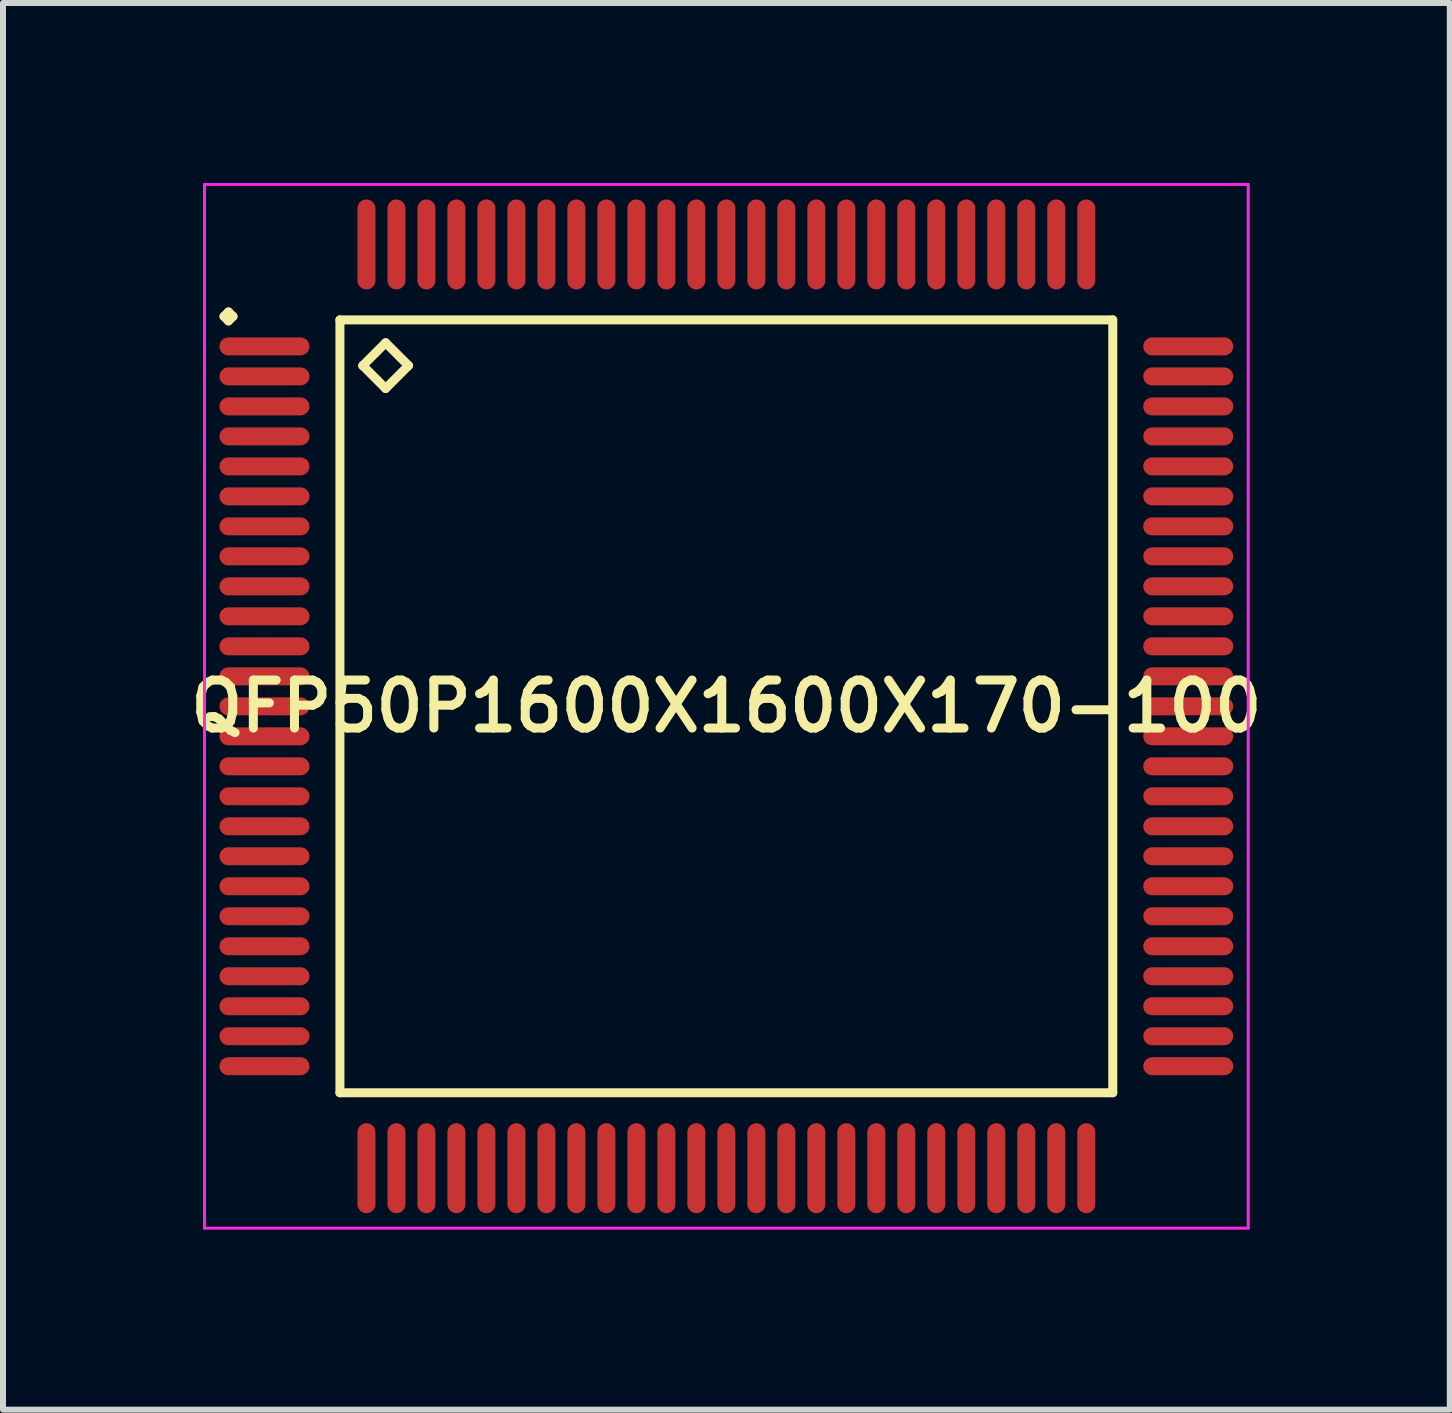
<source format=kicad_pcb>
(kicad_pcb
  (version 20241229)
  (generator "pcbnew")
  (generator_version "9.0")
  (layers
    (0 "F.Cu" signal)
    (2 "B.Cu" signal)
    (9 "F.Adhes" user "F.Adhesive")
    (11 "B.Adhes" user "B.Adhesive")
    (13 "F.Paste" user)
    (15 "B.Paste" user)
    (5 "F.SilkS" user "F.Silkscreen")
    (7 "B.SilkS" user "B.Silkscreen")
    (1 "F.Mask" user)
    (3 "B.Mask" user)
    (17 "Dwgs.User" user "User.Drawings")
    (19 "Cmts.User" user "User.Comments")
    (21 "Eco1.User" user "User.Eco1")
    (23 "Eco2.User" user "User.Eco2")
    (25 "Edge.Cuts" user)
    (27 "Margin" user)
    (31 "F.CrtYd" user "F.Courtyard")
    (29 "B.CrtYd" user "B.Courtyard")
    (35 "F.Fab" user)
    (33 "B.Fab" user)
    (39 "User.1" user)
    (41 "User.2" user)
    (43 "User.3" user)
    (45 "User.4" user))
  (footprint "QFP50P1600X1600X170-100"
    (layer "F.Cu")
    (at 9.059 8.725)
    (property "Reference" "QFP50P1600X1600X170-100" (at 0 0 0) (layer "F.SilkS") (effects (font (size 0.8 0.8) (thickness 0.15))))
    (attr smd)
    (fp_line (start -8.375 -6.5) (end -8.3 -6.575) (stroke (width 0.15) (type solid)) (layer "F.SilkS"))
    (fp_line (start -8.3 -6.575) (end -8.225 -6.5) (stroke (width 0.15) (type solid)) (layer "F.SilkS"))
    (fp_line (start -8.3 -6.425) (end -8.375 -6.5) (stroke (width 0.15) (type solid)) (layer "F.SilkS"))
    (fp_line (start -8.225 -6.5) (end -8.3 -6.425) (stroke (width 0.15) (type solid)) (layer "F.SilkS"))
    (fp_line (start -6.442 -6.442) (end -6.442 6.442) (stroke (width 0.15) (type solid)) (layer "F.SilkS"))
    (fp_line (start -6.442 6.442) (end 6.442 6.442) (stroke (width 0.15) (type solid)) (layer "F.SilkS"))
    (fp_line (start -6.061 -5.68) (end -5.68 -6.061) (stroke (width 0.15) (type solid)) (layer "F.SilkS"))
    (fp_line (start -5.68 -6.061) (end -5.299 -5.68) (stroke (width 0.15) (type solid)) (layer "F.SilkS"))
    (fp_line (start -5.68 -5.299) (end -6.061 -5.68) (stroke (width 0.15) (type solid)) (layer "F.SilkS"))
    (fp_line (start -5.299 -5.68) (end -5.68 -5.299) (stroke (width 0.15) (type solid)) (layer "F.SilkS"))
    (fp_line (start 6.442 -6.442) (end -6.442 -6.442) (stroke (width 0.15) (type solid)) (layer "F.SilkS"))
    (fp_line (start 6.442 6.442) (end 6.442 -6.442) (stroke (width 0.15) (type solid)) (layer "F.SilkS"))
    (fp_line (start -8.7 -8.7) (end 8.7 -8.7) (stroke (width 0.05) (type solid)) (layer "F.CrtYd"))
    (fp_line (start -8.7 8.7) (end -8.7 -8.7) (stroke (width 0.05) (type solid)) (layer "F.CrtYd"))
    (fp_line (start 8.7 -8.7) (end 8.7 8.7) (stroke (width 0.05) (type solid)) (layer "F.CrtYd"))
    (fp_line (start 8.7 8.7) (end -8.7 8.7) (stroke (width 0.05) (type solid)) (layer "F.CrtYd"))
    (pad "1" smd oval (at -7.7 -6) (size 1.5 0.3) (layers "F.Cu" "F.Mask" "F.Paste"))
    (pad "2" smd oval (at -7.7 -5.5) (size 1.5 0.3) (layers "F.Cu" "F.Mask" "F.Paste"))
    (pad "3" smd oval (at -7.7 -5) (size 1.5 0.3) (layers "F.Cu" "F.Mask" "F.Paste"))
    (pad "4" smd oval (at -7.7 -4.5) (size 1.5 0.3) (layers "F.Cu" "F.Mask" "F.Paste"))
    (pad "5" smd oval (at -7.7 -4) (size 1.5 0.3) (layers "F.Cu" "F.Mask" "F.Paste"))
    (pad "6" smd oval (at -7.7 -3.5) (size 1.5 0.3) (layers "F.Cu" "F.Mask" "F.Paste"))
    (pad "7" smd oval (at -7.7 -3) (size 1.5 0.3) (layers "F.Cu" "F.Mask" "F.Paste"))
    (pad "8" smd oval (at -7.7 -2.5) (size 1.5 0.3) (layers "F.Cu" "F.Mask" "F.Paste"))
    (pad "9" smd oval (at -7.7 -2) (size 1.5 0.3) (layers "F.Cu" "F.Mask" "F.Paste"))
    (pad "10" smd oval (at -7.7 -1.5) (size 1.5 0.3) (layers "F.Cu" "F.Mask" "F.Paste"))
    (pad "11" smd oval (at -7.7 -1) (size 1.5 0.3) (layers "F.Cu" "F.Mask" "F.Paste"))
    (pad "12" smd oval (at -7.7 -0.5) (size 1.5 0.3) (layers "F.Cu" "F.Mask" "F.Paste"))
    (pad "13" smd oval (at -7.7 0) (size 1.5 0.3) (layers "F.Cu" "F.Mask" "F.Paste"))
    (pad "14" smd oval (at -7.7 0.5) (size 1.5 0.3) (layers "F.Cu" "F.Mask" "F.Paste"))
    (pad "15" smd oval (at -7.7 1) (size 1.5 0.3) (layers "F.Cu" "F.Mask" "F.Paste"))
    (pad "16" smd oval (at -7.7 1.5) (size 1.5 0.3) (layers "F.Cu" "F.Mask" "F.Paste"))
    (pad "17" smd oval (at -7.7 2) (size 1.5 0.3) (layers "F.Cu" "F.Mask" "F.Paste"))
    (pad "18" smd oval (at -7.7 2.5) (size 1.5 0.3) (layers "F.Cu" "F.Mask" "F.Paste"))
    (pad "19" smd oval (at -7.7 3) (size 1.5 0.3) (layers "F.Cu" "F.Mask" "F.Paste"))
    (pad "20" smd oval (at -7.7 3.5) (size 1.5 0.3) (layers "F.Cu" "F.Mask" "F.Paste"))
    (pad "21" smd oval (at -7.7 4) (size 1.5 0.3) (layers "F.Cu" "F.Mask" "F.Paste"))
    (pad "22" smd oval (at -7.7 4.5) (size 1.5 0.3) (layers "F.Cu" "F.Mask" "F.Paste"))
    (pad "23" smd oval (at -7.7 5) (size 1.5 0.3) (layers "F.Cu" "F.Mask" "F.Paste"))
    (pad "24" smd oval (at -7.7 5.5) (size 1.5 0.3) (layers "F.Cu" "F.Mask" "F.Paste"))
    (pad "25" smd oval (at -7.7 6) (size 1.5 0.3) (layers "F.Cu" "F.Mask" "F.Paste"))
    (pad "26" smd oval (at -6 7.7) (size 0.3 1.5) (layers "F.Cu" "F.Mask" "F.Paste"))
    (pad "27" smd oval (at -5.5 7.7) (size 0.3 1.5) (layers "F.Cu" "F.Mask" "F.Paste"))
    (pad "28" smd oval (at -5 7.7) (size 0.3 1.5) (layers "F.Cu" "F.Mask" "F.Paste"))
    (pad "29" smd oval (at -4.5 7.7) (size 0.3 1.5) (layers "F.Cu" "F.Mask" "F.Paste"))
    (pad "30" smd oval (at -4 7.7) (size 0.3 1.5) (layers "F.Cu" "F.Mask" "F.Paste"))
    (pad "31" smd oval (at -3.5 7.7) (size 0.3 1.5) (layers "F.Cu" "F.Mask" "F.Paste"))
    (pad "32" smd oval (at -3 7.7) (size 0.3 1.5) (layers "F.Cu" "F.Mask" "F.Paste"))
    (pad "33" smd oval (at -2.5 7.7) (size 0.3 1.5) (layers "F.Cu" "F.Mask" "F.Paste"))
    (pad "34" smd oval (at -2 7.7) (size 0.3 1.5) (layers "F.Cu" "F.Mask" "F.Paste"))
    (pad "35" smd oval (at -1.5 7.7) (size 0.3 1.5) (layers "F.Cu" "F.Mask" "F.Paste"))
    (pad "36" smd oval (at -1 7.7) (size 0.3 1.5) (layers "F.Cu" "F.Mask" "F.Paste"))
    (pad "37" smd oval (at -0.5 7.7) (size 0.3 1.5) (layers "F.Cu" "F.Mask" "F.Paste"))
    (pad "38" smd oval (at 0 7.7) (size 0.3 1.5) (layers "F.Cu" "F.Mask" "F.Paste"))
    (pad "39" smd oval (at 0.5 7.7) (size 0.3 1.5) (layers "F.Cu" "F.Mask" "F.Paste"))
    (pad "40" smd oval (at 1 7.7) (size 0.3 1.5) (layers "F.Cu" "F.Mask" "F.Paste"))
    (pad "41" smd oval (at 1.5 7.7) (size 0.3 1.5) (layers "F.Cu" "F.Mask" "F.Paste"))
    (pad "42" smd oval (at 2 7.7) (size 0.3 1.5) (layers "F.Cu" "F.Mask" "F.Paste"))
    (pad "43" smd oval (at 2.5 7.7) (size 0.3 1.5) (layers "F.Cu" "F.Mask" "F.Paste"))
    (pad "44" smd oval (at 3 7.7) (size 0.3 1.5) (layers "F.Cu" "F.Mask" "F.Paste"))
    (pad "45" smd oval (at 3.5 7.7) (size 0.3 1.5) (layers "F.Cu" "F.Mask" "F.Paste"))
    (pad "46" smd oval (at 4 7.7) (size 0.3 1.5) (layers "F.Cu" "F.Mask" "F.Paste"))
    (pad "47" smd oval (at 4.5 7.7) (size 0.3 1.5) (layers "F.Cu" "F.Mask" "F.Paste"))
    (pad "48" smd oval (at 5 7.7) (size 0.3 1.5) (layers "F.Cu" "F.Mask" "F.Paste"))
    (pad "49" smd oval (at 5.5 7.7) (size 0.3 1.5) (layers "F.Cu" "F.Mask" "F.Paste"))
    (pad "50" smd oval (at 6 7.7) (size 0.3 1.5) (layers "F.Cu" "F.Mask" "F.Paste"))
    (pad "51" smd oval (at 7.7 6) (size 1.5 0.3) (layers "F.Cu" "F.Mask" "F.Paste"))
    (pad "52" smd oval (at 7.7 5.5) (size 1.5 0.3) (layers "F.Cu" "F.Mask" "F.Paste"))
    (pad "53" smd oval (at 7.7 5) (size 1.5 0.3) (layers "F.Cu" "F.Mask" "F.Paste"))
    (pad "54" smd oval (at 7.7 4.5) (size 1.5 0.3) (layers "F.Cu" "F.Mask" "F.Paste"))
    (pad "55" smd oval (at 7.7 4) (size 1.5 0.3) (layers "F.Cu" "F.Mask" "F.Paste"))
    (pad "56" smd oval (at 7.7 3.5) (size 1.5 0.3) (layers "F.Cu" "F.Mask" "F.Paste"))
    (pad "57" smd oval (at 7.7 3) (size 1.5 0.3) (layers "F.Cu" "F.Mask" "F.Paste"))
    (pad "58" smd oval (at 7.7 2.5) (size 1.5 0.3) (layers "F.Cu" "F.Mask" "F.Paste"))
    (pad "59" smd oval (at 7.7 2) (size 1.5 0.3) (layers "F.Cu" "F.Mask" "F.Paste"))
    (pad "60" smd oval (at 7.7 1.5) (size 1.5 0.3) (layers "F.Cu" "F.Mask" "F.Paste"))
    (pad "61" smd oval (at 7.7 1) (size 1.5 0.3) (layers "F.Cu" "F.Mask" "F.Paste"))
    (pad "62" smd oval (at 7.7 0.5) (size 1.5 0.3) (layers "F.Cu" "F.Mask" "F.Paste"))
    (pad "63" smd oval (at 7.7 0) (size 1.5 0.3) (layers "F.Cu" "F.Mask" "F.Paste"))
    (pad "64" smd oval (at 7.7 -0.5) (size 1.5 0.3) (layers "F.Cu" "F.Mask" "F.Paste"))
    (pad "65" smd oval (at 7.7 -1) (size 1.5 0.3) (layers "F.Cu" "F.Mask" "F.Paste"))
    (pad "66" smd oval (at 7.7 -1.5) (size 1.5 0.3) (layers "F.Cu" "F.Mask" "F.Paste"))
    (pad "67" smd oval (at 7.7 -2) (size 1.5 0.3) (layers "F.Cu" "F.Mask" "F.Paste"))
    (pad "68" smd oval (at 7.7 -2.5) (size 1.5 0.3) (layers "F.Cu" "F.Mask" "F.Paste"))
    (pad "69" smd oval (at 7.7 -3) (size 1.5 0.3) (layers "F.Cu" "F.Mask" "F.Paste"))
    (pad "70" smd oval (at 7.7 -3.5) (size 1.5 0.3) (layers "F.Cu" "F.Mask" "F.Paste"))
    (pad "71" smd oval (at 7.7 -4) (size 1.5 0.3) (layers "F.Cu" "F.Mask" "F.Paste"))
    (pad "72" smd oval (at 7.7 -4.5) (size 1.5 0.3) (layers "F.Cu" "F.Mask" "F.Paste"))
    (pad "73" smd oval (at 7.7 -5) (size 1.5 0.3) (layers "F.Cu" "F.Mask" "F.Paste"))
    (pad "74" smd oval (at 7.7 -5.5) (size 1.5 0.3) (layers "F.Cu" "F.Mask" "F.Paste"))
    (pad "75" smd oval (at 7.7 -6) (size 1.5 0.3) (layers "F.Cu" "F.Mask" "F.Paste"))
    (pad "76" smd oval (at 6 -7.7) (size 0.3 1.5) (layers "F.Cu" "F.Mask" "F.Paste"))
    (pad "77" smd oval (at 5.5 -7.7) (size 0.3 1.5) (layers "F.Cu" "F.Mask" "F.Paste"))
    (pad "78" smd oval (at 5 -7.7) (size 0.3 1.5) (layers "F.Cu" "F.Mask" "F.Paste"))
    (pad "79" smd oval (at 4.5 -7.7) (size 0.3 1.5) (layers "F.Cu" "F.Mask" "F.Paste"))
    (pad "80" smd oval (at 4 -7.7) (size 0.3 1.5) (layers "F.Cu" "F.Mask" "F.Paste"))
    (pad "81" smd oval (at 3.5 -7.7) (size 0.3 1.5) (layers "F.Cu" "F.Mask" "F.Paste"))
    (pad "82" smd oval (at 3 -7.7) (size 0.3 1.5) (layers "F.Cu" "F.Mask" "F.Paste"))
    (pad "83" smd oval (at 2.5 -7.7) (size 0.3 1.5) (layers "F.Cu" "F.Mask" "F.Paste"))
    (pad "84" smd oval (at 2 -7.7) (size 0.3 1.5) (layers "F.Cu" "F.Mask" "F.Paste"))
    (pad "85" smd oval (at 1.5 -7.7) (size 0.3 1.5) (layers "F.Cu" "F.Mask" "F.Paste"))
    (pad "86" smd oval (at 1 -7.7) (size 0.3 1.5) (layers "F.Cu" "F.Mask" "F.Paste"))
    (pad "87" smd oval (at 0.5 -7.7) (size 0.3 1.5) (layers "F.Cu" "F.Mask" "F.Paste"))
    (pad "88" smd oval (at 0 -7.7) (size 0.3 1.5) (layers "F.Cu" "F.Mask" "F.Paste"))
    (pad "89" smd oval (at -0.5 -7.7) (size 0.3 1.5) (layers "F.Cu" "F.Mask" "F.Paste"))
    (pad "90" smd oval (at -1 -7.7) (size 0.3 1.5) (layers "F.Cu" "F.Mask" "F.Paste"))
    (pad "91" smd oval (at -1.5 -7.7) (size 0.3 1.5) (layers "F.Cu" "F.Mask" "F.Paste"))
    (pad "92" smd oval (at -2 -7.7) (size 0.3 1.5) (layers "F.Cu" "F.Mask" "F.Paste"))
    (pad "93" smd oval (at -2.5 -7.7) (size 0.3 1.5) (layers "F.Cu" "F.Mask" "F.Paste"))
    (pad "94" smd oval (at -3 -7.7) (size 0.3 1.5) (layers "F.Cu" "F.Mask" "F.Paste"))
    (pad "95" smd oval (at -3.5 -7.7) (size 0.3 1.5) (layers "F.Cu" "F.Mask" "F.Paste"))
    (pad "96" smd oval (at -4 -7.7) (size 0.3 1.5) (layers "F.Cu" "F.Mask" "F.Paste"))
    (pad "97" smd oval (at -4.5 -7.7) (size 0.3 1.5) (layers "F.Cu" "F.Mask" "F.Paste"))
    (pad "98" smd oval (at -5 -7.7) (size 0.3 1.5) (layers "F.Cu" "F.Mask" "F.Paste"))
    (pad "99" smd oval (at -5.5 -7.7) (size 0.3 1.5) (layers "F.Cu" "F.Mask" "F.Paste"))
    (pad "100" smd oval (at -6 -7.7) (size 0.3 1.5) (layers "F.Cu" "F.Mask" "F.Paste")))
  (gr_rect
    (start -3 -3)
    (end 21.119 20.45)
    (stroke (width 0.1) (type default))
    (fill no)
    (layer "Edge.Cuts")))
</source>
